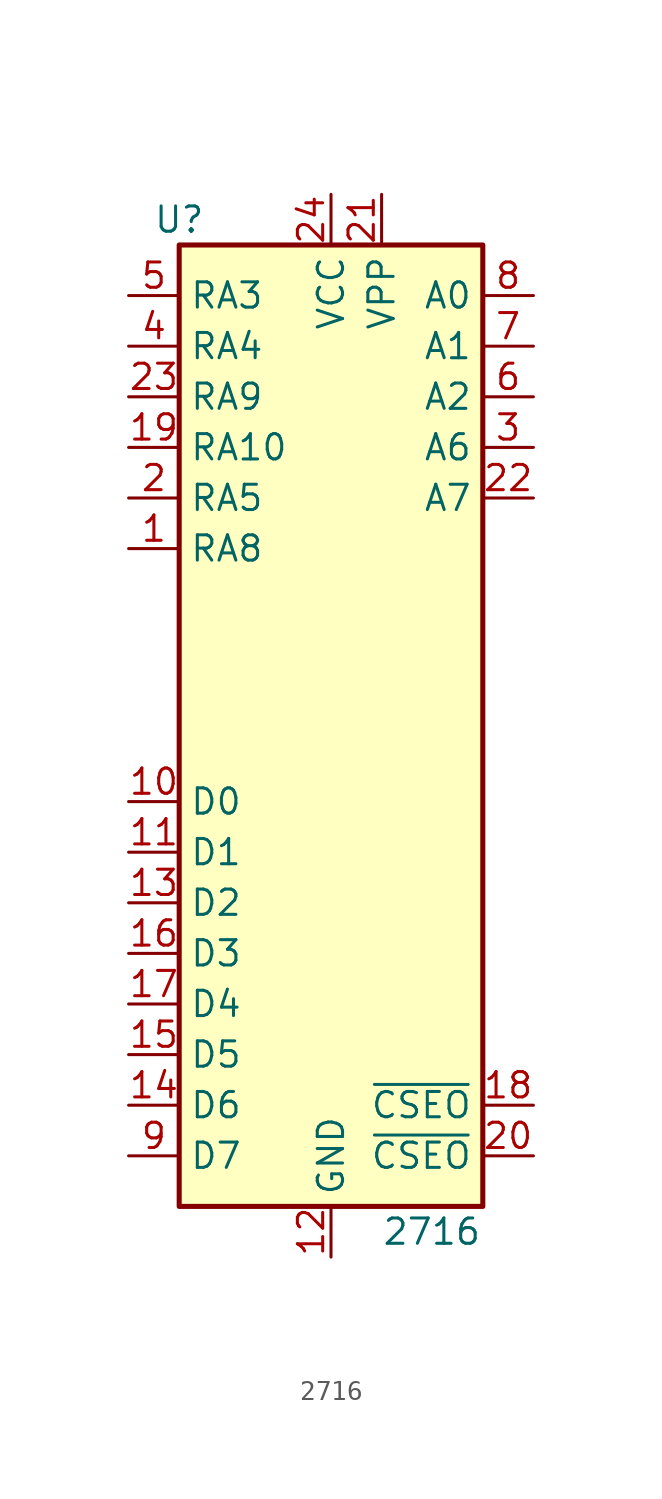
<source format=kicad_sym>
(kicad_symbol_lib
  (version 20231120)
  (generator "kicad_symbol_editor")
  (generator_version "8.0")
  (symbol "2716"
    (property "Reference" "U"
      (at -7.62 24.13 0)
      (effects (font (size 1.27 1.27))))
    (property "Value" "2716"
      (at 2.54 -26.67 0)
      (effects (font (size 1.27 1.27)) (justify left)))
    (symbol "2716_1_1"
      (rectangle (start -7.62 22.86) (end 7.62 -25.4) (stroke (width 0.254) (type default)) (fill (type background)))
      (pin input line (at -10.16 7.62 0) (length 2.54) (name "RA8" (effects (font (size 1.27 1.27)))) (number "1" (effects (font (size 1.27 1.27)))))
      (pin tri_state line (at -10.16 -5.08 0) (length 2.54) (name "D0" (effects (font (size 1.27 1.27)))) (number "10" (effects (font (size 1.27 1.27)))))
      (pin tri_state line (at -10.16 -7.62 0) (length 2.54) (name "D1" (effects (font (size 1.27 1.27)))) (number "11" (effects (font (size 1.27 1.27)))))
      (pin power_in line (at 0 -27.94 90) (length 2.54) (name "GND" (effects (font (size 1.27 1.27)))) (number "12" (effects (font (size 1.27 1.27)))))
      (pin tri_state line (at -10.16 -10.16 0) (length 2.54) (name "D2" (effects (font (size 1.27 1.27)))) (number "13" (effects (font (size 1.27 1.27)))))
      (pin tri_state line (at -10.16 -20.32 0) (length 2.54) (name "D6" (effects (font (size 1.27 1.27)))) (number "14" (effects (font (size 1.27 1.27)))))
      (pin tri_state line (at -10.16 -17.78 0) (length 2.54) (name "D5" (effects (font (size 1.27 1.27)))) (number "15" (effects (font (size 1.27 1.27)))))
      (pin tri_state line (at -10.16 -12.7 0) (length 2.54) (name "D3" (effects (font (size 1.27 1.27)))) (number "16" (effects (font (size 1.27 1.27)))))
      (pin tri_state line (at -10.16 -15.24 0) (length 2.54) (name "D4" (effects (font (size 1.27 1.27)))) (number "17" (effects (font (size 1.27 1.27)))))
      (pin input line (at 10.16 -20.32 180) (length 2.54) (name "~{CSEO}" (effects (font (size 1.27 1.27)))) (number "18" (effects (font (size 1.27 1.27)))))
      (pin input line (at -10.16 12.7 0) (length 2.54) (name "RA10" (effects (font (size 1.27 1.27)))) (number "19" (effects (font (size 1.27 1.27)))))
      (pin input line (at -10.16 10.16 0) (length 2.54) (name "RA5" (effects (font (size 1.27 1.27)))) (number "2" (effects (font (size 1.27 1.27)))))
      (pin input line (at 10.16 -22.86 180) (length 2.54) (name "~{CSEO}" (effects (font (size 1.27 1.27)))) (number "20" (effects (font (size 1.27 1.27)))))
      (pin power_in line (at 2.54 25.4 270) (length 2.54) (name "VPP" (effects (font (size 1.27 1.27)))) (number "21" (effects (font (size 1.27 1.27)))))
      (pin input line (at 10.16 10.16 180) (length 2.54) (name "A7" (effects (font (size 1.27 1.27)))) (number "22" (effects (font (size 1.27 1.27)))))
      (pin input line (at -10.16 15.24 0) (length 2.54) (name "RA9" (effects (font (size 1.27 1.27)))) (number "23" (effects (font (size 1.27 1.27)))))
      (pin power_in line (at 0 25.4 270) (length 2.54) (name "VCC" (effects (font (size 1.27 1.27)))) (number "24" (effects (font (size 1.27 1.27)))))
      (pin input line (at 10.16 12.7 180) (length 2.54) (name "A6" (effects (font (size 1.27 1.27)))) (number "3" (effects (font (size 1.27 1.27)))))
      (pin input line (at -10.16 17.78 0) (length 2.54) (name "RA4" (effects (font (size 1.27 1.27)))) (number "4" (effects (font (size 1.27 1.27)))))
      (pin input line (at -10.16 20.32 0) (length 2.54) (name "RA3" (effects (font (size 1.27 1.27)))) (number "5" (effects (font (size 1.27 1.27)))))
      (pin input line (at 10.16 15.24 180) (length 2.54) (name "A2" (effects (font (size 1.27 1.27)))) (number "6" (effects (font (size 1.27 1.27)))))
      (pin input line (at 10.16 17.78 180) (length 2.54) (name "A1" (effects (font (size 1.27 1.27)))) (number "7" (effects (font (size 1.27 1.27)))))
      (pin input line (at 10.16 20.32 180) (length 2.54) (name "A0" (effects (font (size 1.27 1.27)))) (number "8" (effects (font (size 1.27 1.27)))))
      (pin tri_state line (at -10.16 -22.86 0) (length 2.54) (name "D7" (effects (font (size 1.27 1.27)))) (number "9" (effects (font (size 1.27 1.27))))))))
</source>
